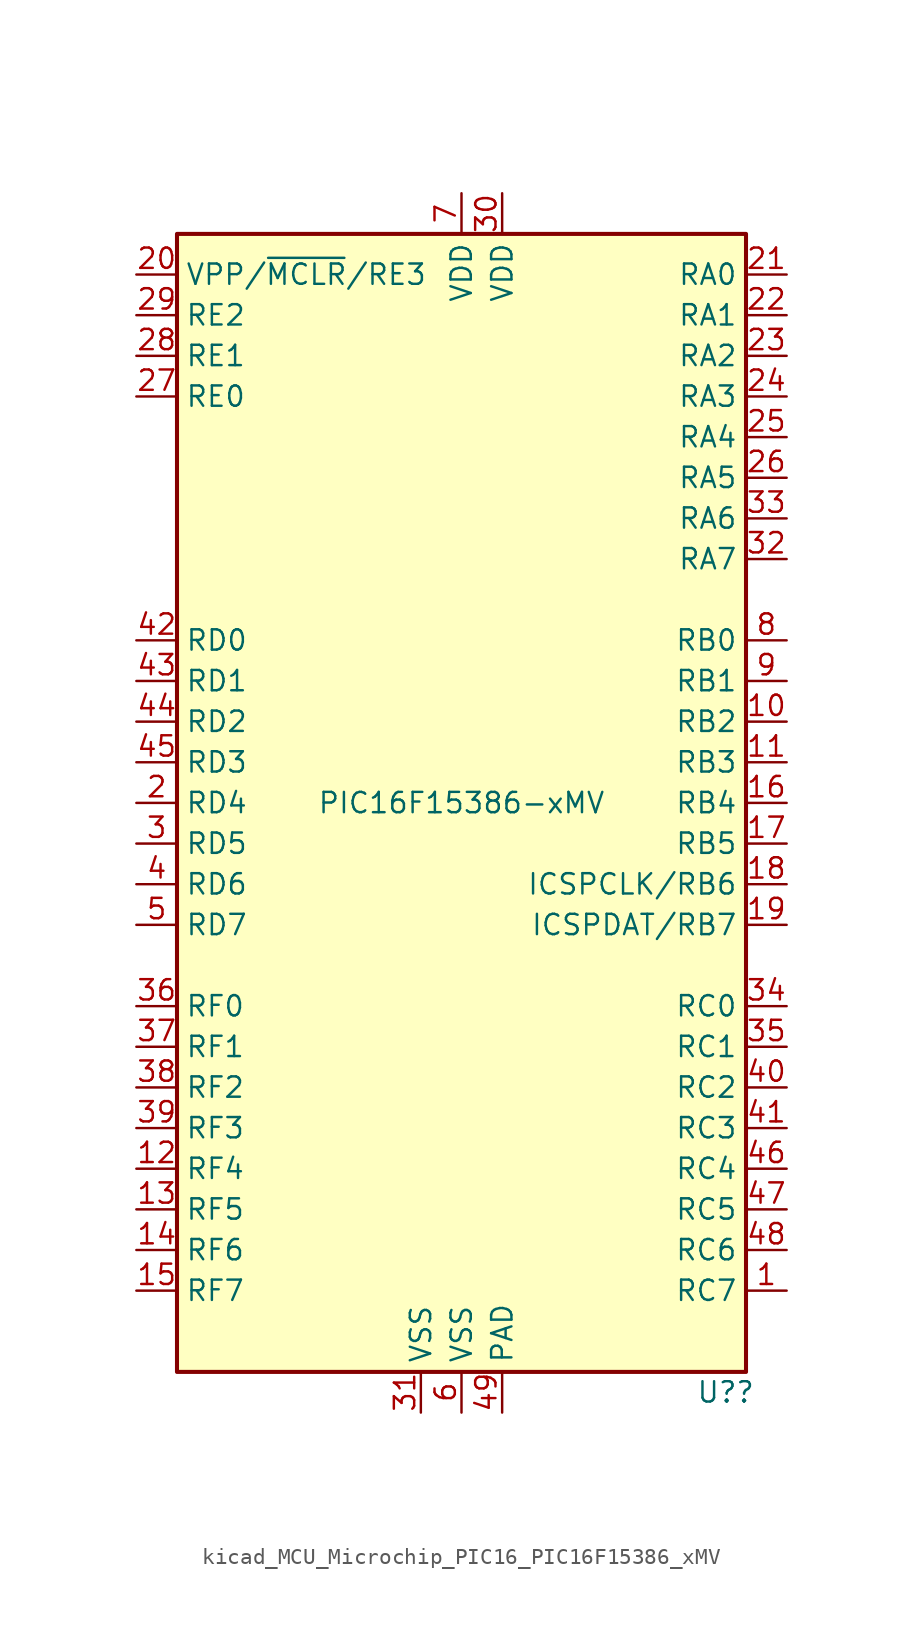
<source format=kicad_sym>
(kicad_symbol_lib
  (version 20220914)
  (generator kicad_symbol_editor)
  (symbol "kicad_MCU_Microchip_PIC16_PIC16F15386_xMV"
    (property "Reference" "U?"
      (at 16.51 -36.83 0)
      (effects (font (size 1.27 1.27))))
    (property "Value" "PIC16F15386-xMV"
      (at 0 0 0)
      (effects (font (size 1.27 1.27))))
    (symbol "kicad_MCU_Microchip_PIC16_PIC16F15386_xMV_0_0"
      (pin bidirectional line (at -20.32 -2.54 0) (length 2.54) (name "RD5" (effects (font (size 1.27 1.27)))) (number "3" (effects (font (size 1.27 1.27)))))
      (pin bidirectional line (at -20.32 -5.08 0) (length 2.54) (name "RD6" (effects (font (size 1.27 1.27)))) (number "4" (effects (font (size 1.27 1.27)))))
      (pin power_in line (at 2.54 -38.1 90) (length 2.54) (name "PAD" (effects (font (size 1.27 1.27)))) (number "49" (effects (font (size 1.27 1.27))))))
    (symbol "kicad_MCU_Microchip_PIC16_PIC16F15386_xMV_0_1"
      (rectangle (start -17.78 35.56) (end 17.78 -35.56) (stroke (width 0.254) (type default)) (fill (type background))))
    (symbol "kicad_MCU_Microchip_PIC16_PIC16F15386_xMV_1_1"
      (pin bidirectional line (at 20.32 -30.48 180) (length 2.54) (name "RC7" (effects (font (size 1.27 1.27)))) (number "1" (effects (font (size 1.27 1.27)))))
      (pin bidirectional line (at 20.32 5.08 180) (length 2.54) (name "RB2" (effects (font (size 1.27 1.27)))) (number "10" (effects (font (size 1.27 1.27)))))
      (pin bidirectional line (at 20.32 2.54 180) (length 2.54) (name "RB3" (effects (font (size 1.27 1.27)))) (number "11" (effects (font (size 1.27 1.27)))))
      (pin bidirectional line (at -20.32 -22.86 0) (length 2.54) (name "RF4" (effects (font (size 1.27 1.27)))) (number "12" (effects (font (size 1.27 1.27)))))
      (pin bidirectional line (at -20.32 -25.4 0) (length 2.54) (name "RF5" (effects (font (size 1.27 1.27)))) (number "13" (effects (font (size 1.27 1.27)))))
      (pin bidirectional line (at -20.32 -27.94 0) (length 2.54) (name "RF6" (effects (font (size 1.27 1.27)))) (number "14" (effects (font (size 1.27 1.27)))))
      (pin bidirectional line (at -20.32 -30.48 0) (length 2.54) (name "RF7" (effects (font (size 1.27 1.27)))) (number "15" (effects (font (size 1.27 1.27)))))
      (pin bidirectional line (at 20.32 0 180) (length 2.54) (name "RB4" (effects (font (size 1.27 1.27)))) (number "16" (effects (font (size 1.27 1.27)))))
      (pin bidirectional line (at 20.32 -2.54 180) (length 2.54) (name "RB5" (effects (font (size 1.27 1.27)))) (number "17" (effects (font (size 1.27 1.27)))))
      (pin bidirectional line (at 20.32 -5.08 180) (length 2.54) (name "ICSPCLK/RB6" (effects (font (size 1.27 1.27)))) (number "18" (effects (font (size 1.27 1.27)))))
      (pin bidirectional line (at 20.32 -7.62 180) (length 2.54) (name "ICSPDAT/RB7" (effects (font (size 1.27 1.27)))) (number "19" (effects (font (size 1.27 1.27)))))
      (pin bidirectional line (at -20.32 0 0) (length 2.54) (name "RD4" (effects (font (size 1.27 1.27)))) (number "2" (effects (font (size 1.27 1.27)))))
      (pin bidirectional line (at -20.32 33.02 0) (length 2.54) (name "VPP/~{MCLR}/RE3" (effects (font (size 1.27 1.27)))) (number "20" (effects (font (size 1.27 1.27)))))
      (pin bidirectional line (at 20.32 33.02 180) (length 2.54) (name "RA0" (effects (font (size 1.27 1.27)))) (number "21" (effects (font (size 1.27 1.27)))))
      (pin bidirectional line (at 20.32 30.48 180) (length 2.54) (name "RA1" (effects (font (size 1.27 1.27)))) (number "22" (effects (font (size 1.27 1.27)))))
      (pin bidirectional line (at 20.32 27.94 180) (length 2.54) (name "RA2" (effects (font (size 1.27 1.27)))) (number "23" (effects (font (size 1.27 1.27)))))
      (pin bidirectional line (at 20.32 25.4 180) (length 2.54) (name "RA3" (effects (font (size 1.27 1.27)))) (number "24" (effects (font (size 1.27 1.27)))))
      (pin bidirectional line (at 20.32 22.86 180) (length 2.54) (name "RA4" (effects (font (size 1.27 1.27)))) (number "25" (effects (font (size 1.27 1.27)))))
      (pin bidirectional line (at 20.32 20.32 180) (length 2.54) (name "RA5" (effects (font (size 1.27 1.27)))) (number "26" (effects (font (size 1.27 1.27)))))
      (pin bidirectional line (at -20.32 25.4 0) (length 2.54) (name "RE0" (effects (font (size 1.27 1.27)))) (number "27" (effects (font (size 1.27 1.27)))))
      (pin bidirectional line (at -20.32 27.94 0) (length 2.54) (name "RE1" (effects (font (size 1.27 1.27)))) (number "28" (effects (font (size 1.27 1.27)))))
      (pin bidirectional line (at -20.32 30.48 0) (length 2.54) (name "RE2" (effects (font (size 1.27 1.27)))) (number "29" (effects (font (size 1.27 1.27)))))
      (pin power_in line (at 2.54 38.1 270) (length 2.54) (name "VDD" (effects (font (size 1.27 1.27)))) (number "30" (effects (font (size 1.27 1.27)))))
      (pin power_in line (at -2.54 -38.1 90) (length 2.54) (name "VSS" (effects (font (size 1.27 1.27)))) (number "31" (effects (font (size 1.27 1.27)))))
      (pin bidirectional line (at 20.32 15.24 180) (length 2.54) (name "RA7" (effects (font (size 1.27 1.27)))) (number "32" (effects (font (size 1.27 1.27)))))
      (pin bidirectional line (at 20.32 17.78 180) (length 2.54) (name "RA6" (effects (font (size 1.27 1.27)))) (number "33" (effects (font (size 1.27 1.27)))))
      (pin bidirectional line (at 20.32 -12.7 180) (length 2.54) (name "RC0" (effects (font (size 1.27 1.27)))) (number "34" (effects (font (size 1.27 1.27)))))
      (pin bidirectional line (at 20.32 -15.24 180) (length 2.54) (name "RC1" (effects (font (size 1.27 1.27)))) (number "35" (effects (font (size 1.27 1.27)))))
      (pin bidirectional line (at -20.32 -12.7 0) (length 2.54) (name "RF0" (effects (font (size 1.27 1.27)))) (number "36" (effects (font (size 1.27 1.27)))))
      (pin bidirectional line (at -20.32 -15.24 0) (length 2.54) (name "RF1" (effects (font (size 1.27 1.27)))) (number "37" (effects (font (size 1.27 1.27)))))
      (pin bidirectional line (at -20.32 -17.78 0) (length 2.54) (name "RF2" (effects (font (size 1.27 1.27)))) (number "38" (effects (font (size 1.27 1.27)))))
      (pin bidirectional line (at -20.32 -20.32 0) (length 2.54) (name "RF3" (effects (font (size 1.27 1.27)))) (number "39" (effects (font (size 1.27 1.27)))))
      (pin bidirectional line (at 20.32 -17.78 180) (length 2.54) (name "RC2" (effects (font (size 1.27 1.27)))) (number "40" (effects (font (size 1.27 1.27)))))
      (pin bidirectional line (at 20.32 -20.32 180) (length 2.54) (name "RC3" (effects (font (size 1.27 1.27)))) (number "41" (effects (font (size 1.27 1.27)))))
      (pin bidirectional line (at -20.32 10.16 0) (length 2.54) (name "RD0" (effects (font (size 1.27 1.27)))) (number "42" (effects (font (size 1.27 1.27)))))
      (pin bidirectional line (at -20.32 7.62 0) (length 2.54) (name "RD1" (effects (font (size 1.27 1.27)))) (number "43" (effects (font (size 1.27 1.27)))))
      (pin bidirectional line (at -20.32 5.08 0) (length 2.54) (name "RD2" (effects (font (size 1.27 1.27)))) (number "44" (effects (font (size 1.27 1.27)))))
      (pin bidirectional line (at -20.32 2.54 0) (length 2.54) (name "RD3" (effects (font (size 1.27 1.27)))) (number "45" (effects (font (size 1.27 1.27)))))
      (pin bidirectional line (at 20.32 -22.86 180) (length 2.54) (name "RC4" (effects (font (size 1.27 1.27)))) (number "46" (effects (font (size 1.27 1.27)))))
      (pin bidirectional line (at 20.32 -25.4 180) (length 2.54) (name "RC5" (effects (font (size 1.27 1.27)))) (number "47" (effects (font (size 1.27 1.27)))))
      (pin bidirectional line (at 20.32 -27.94 180) (length 2.54) (name "RC6" (effects (font (size 1.27 1.27)))) (number "48" (effects (font (size 1.27 1.27)))))
      (pin bidirectional line (at -20.32 -7.62 0) (length 2.54) (name "RD7" (effects (font (size 1.27 1.27)))) (number "5" (effects (font (size 1.27 1.27)))))
      (pin power_in line (at 0 -38.1 90) (length 2.54) (name "VSS" (effects (font (size 1.27 1.27)))) (number "6" (effects (font (size 1.27 1.27)))))
      (pin power_in line (at 0 38.1 270) (length 2.54) (name "VDD" (effects (font (size 1.27 1.27)))) (number "7" (effects (font (size 1.27 1.27)))))
      (pin bidirectional line (at 20.32 10.16 180) (length 2.54) (name "RB0" (effects (font (size 1.27 1.27)))) (number "8" (effects (font (size 1.27 1.27)))))
      (pin bidirectional line (at 20.32 7.62 180) (length 2.54) (name "RB1" (effects (font (size 1.27 1.27)))) (number "9" (effects (font (size 1.27 1.27))))))))
</source>
